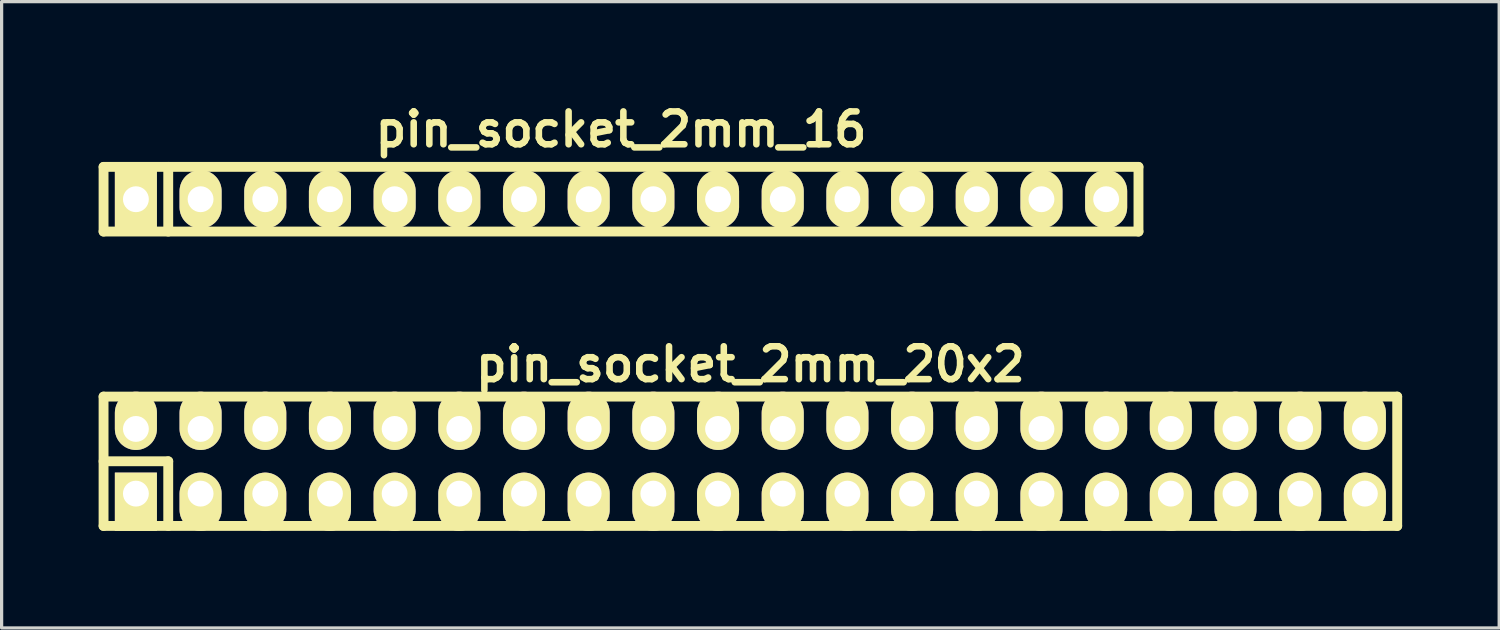
<source format=kicad_pcb>
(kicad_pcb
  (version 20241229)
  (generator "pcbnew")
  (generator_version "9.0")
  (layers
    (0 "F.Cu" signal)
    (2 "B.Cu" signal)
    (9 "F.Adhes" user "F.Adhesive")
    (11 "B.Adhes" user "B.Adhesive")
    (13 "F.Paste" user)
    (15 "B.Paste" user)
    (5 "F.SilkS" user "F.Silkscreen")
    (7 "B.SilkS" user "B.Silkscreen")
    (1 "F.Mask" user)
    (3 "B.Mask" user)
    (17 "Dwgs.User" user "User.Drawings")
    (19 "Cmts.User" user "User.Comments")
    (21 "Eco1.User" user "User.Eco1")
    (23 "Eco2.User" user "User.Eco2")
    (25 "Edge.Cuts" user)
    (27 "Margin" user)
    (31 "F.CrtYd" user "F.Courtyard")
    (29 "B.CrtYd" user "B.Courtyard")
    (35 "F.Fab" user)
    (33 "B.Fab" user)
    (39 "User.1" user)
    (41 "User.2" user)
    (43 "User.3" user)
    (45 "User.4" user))
  (footprint "pin_socket_2mm_20x2"
    (layer "F.Cu")
    (at 20.152 11.213)
    (property "Reference" "pin_socket_2mm_20x2" (at 0 -3 0) (layer "F.SilkS") (effects (font (size 1.016 1.016) (thickness 0.203))))
    (attr through_hole)
    (fp_line (start -20 -2) (end 20 -2) (stroke (width 0.305) (type solid)) (layer "F.SilkS"))
    (fp_line (start -20 0) (end -18 0) (stroke (width 0.305) (type solid)) (layer "F.SilkS"))
    (fp_line (start -20 2) (end -20 -2) (stroke (width 0.305) (type solid)) (layer "F.SilkS"))
    (fp_line (start -18 0) (end -18 2) (stroke (width 0.305) (type solid)) (layer "F.SilkS"))
    (fp_line (start 20 -2) (end 20 2) (stroke (width 0.305) (type solid)) (layer "F.SilkS"))
    (fp_line (start 20 2) (end -20 2) (stroke (width 0.305) (type solid)) (layer "F.SilkS"))
    (pad "1" thru_hole rect (at -19 1) (size 1.3 1.8) (drill 0.8 (offset 0 0.25)) (layers "*.Cu" "*.Mask" "F.SilkS"))
    (pad "2" thru_hole oval (at -19 -1) (size 1.3 1.8) (drill 0.8 (offset 0 -0.25)) (layers "*.Cu" "*.Mask" "F.SilkS"))
    (pad "3" thru_hole oval (at -17 1) (size 1.3 1.8) (drill 0.8 (offset 0 0.25)) (layers "*.Cu" "*.Mask" "F.SilkS"))
    (pad "4" thru_hole oval (at -17 -1) (size 1.3 1.8) (drill 0.8 (offset 0 -0.25)) (layers "*.Cu" "*.Mask" "F.SilkS"))
    (pad "5" thru_hole oval (at -15 1) (size 1.3 1.8) (drill 0.8 (offset 0 0.25)) (layers "*.Cu" "*.Mask" "F.SilkS"))
    (pad "6" thru_hole oval (at -15 -1) (size 1.3 1.8) (drill 0.8 (offset 0 -0.25)) (layers "*.Cu" "*.Mask" "F.SilkS"))
    (pad "7" thru_hole oval (at -13 1) (size 1.3 1.8) (drill 0.8 (offset 0 0.25)) (layers "*.Cu" "*.Mask" "F.SilkS"))
    (pad "8" thru_hole oval (at -13 -1) (size 1.3 1.8) (drill 0.8 (offset 0 -0.25)) (layers "*.Cu" "*.Mask" "F.SilkS"))
    (pad "9" thru_hole oval (at -11 1) (size 1.3 1.8) (drill 0.8 (offset 0 0.25)) (layers "*.Cu" "*.Mask" "F.SilkS"))
    (pad "10" thru_hole oval (at -11 -1) (size 1.3 1.8) (drill 0.8 (offset 0 -0.25)) (layers "*.Cu" "*.Mask" "F.SilkS"))
    (pad "11" thru_hole oval (at -9 1) (size 1.3 1.8) (drill 0.8 (offset 0 0.25)) (layers "*.Cu" "*.Mask" "F.SilkS"))
    (pad "12" thru_hole oval (at -9 -1) (size 1.3 1.8) (drill 0.8 (offset 0 -0.25)) (layers "*.Cu" "*.Mask" "F.SilkS"))
    (pad "13" thru_hole oval (at -7 1) (size 1.3 1.8) (drill 0.8 (offset 0 0.25)) (layers "*.Cu" "*.Mask" "F.SilkS"))
    (pad "14" thru_hole oval (at -7 -1) (size 1.3 1.8) (drill 0.8 (offset 0 -0.25)) (layers "*.Cu" "*.Mask" "F.SilkS"))
    (pad "15" thru_hole oval (at -5 1) (size 1.3 1.8) (drill 0.8 (offset 0 0.25)) (layers "*.Cu" "*.Mask" "F.SilkS"))
    (pad "16" thru_hole oval (at -5 -1) (size 1.3 1.8) (drill 0.8 (offset 0 -0.25)) (layers "*.Cu" "*.Mask" "F.SilkS"))
    (pad "17" thru_hole oval (at -3 1) (size 1.3 1.8) (drill 0.8 (offset 0 0.25)) (layers "*.Cu" "*.Mask" "F.SilkS"))
    (pad "18" thru_hole oval (at -3 -1) (size 1.3 1.8) (drill 0.8 (offset 0 -0.25)) (layers "*.Cu" "*.Mask" "F.SilkS"))
    (pad "19" thru_hole oval (at -1 1) (size 1.3 1.8) (drill 0.8 (offset 0 0.25)) (layers "*.Cu" "*.Mask" "F.SilkS"))
    (pad "20" thru_hole oval (at -1 -1) (size 1.3 1.8) (drill 0.8 (offset 0 -0.25)) (layers "*.Cu" "*.Mask" "F.SilkS"))
    (pad "21" thru_hole oval (at 1 1) (size 1.3 1.8) (drill 0.8 (offset 0 0.25)) (layers "*.Cu" "*.Mask" "F.SilkS"))
    (pad "22" thru_hole oval (at 1 -1) (size 1.3 1.8) (drill 0.8 (offset 0 -0.25)) (layers "*.Cu" "*.Mask" "F.SilkS"))
    (pad "23" thru_hole oval (at 3 1) (size 1.3 1.8) (drill 0.8 (offset 0 0.25)) (layers "*.Cu" "*.Mask" "F.SilkS"))
    (pad "24" thru_hole oval (at 3 -1) (size 1.3 1.8) (drill 0.8 (offset 0 -0.25)) (layers "*.Cu" "*.Mask" "F.SilkS"))
    (pad "25" thru_hole oval (at 5 1) (size 1.3 1.8) (drill 0.8 (offset 0 0.25)) (layers "*.Cu" "*.Mask" "F.SilkS"))
    (pad "26" thru_hole oval (at 5 -1) (size 1.3 1.8) (drill 0.8 (offset 0 -0.25)) (layers "*.Cu" "*.Mask" "F.SilkS"))
    (pad "27" thru_hole oval (at 7 1) (size 1.3 1.8) (drill 0.8 (offset 0 0.25)) (layers "*.Cu" "*.Mask" "F.SilkS"))
    (pad "28" thru_hole oval (at 7 -1) (size 1.3 1.8) (drill 0.8 (offset 0 -0.25)) (layers "*.Cu" "*.Mask" "F.SilkS"))
    (pad "29" thru_hole oval (at 9 1) (size 1.3 1.8) (drill 0.8 (offset 0 0.25)) (layers "*.Cu" "*.Mask" "F.SilkS"))
    (pad "30" thru_hole oval (at 9 -1) (size 1.3 1.8) (drill 0.8 (offset 0 -0.25)) (layers "*.Cu" "*.Mask" "F.SilkS"))
    (pad "31" thru_hole oval (at 11 1) (size 1.3 1.8) (drill 0.8 (offset 0 0.25)) (layers "*.Cu" "*.Mask" "F.SilkS"))
    (pad "32" thru_hole oval (at 11 -1) (size 1.3 1.8) (drill 0.8 (offset 0 -0.25)) (layers "*.Cu" "*.Mask" "F.SilkS"))
    (pad "33" thru_hole oval (at 13 1) (size 1.3 1.8) (drill 0.8 (offset 0 0.25)) (layers "*.Cu" "*.Mask" "F.SilkS"))
    (pad "34" thru_hole oval (at 13 -1) (size 1.3 1.8) (drill 0.8 (offset 0 -0.25)) (layers "*.Cu" "*.Mask" "F.SilkS"))
    (pad "35" thru_hole oval (at 15 1) (size 1.3 1.8) (drill 0.8 (offset 0 0.25)) (layers "*.Cu" "*.Mask" "F.SilkS"))
    (pad "36" thru_hole oval (at 15 -1) (size 1.3 1.8) (drill 0.8 (offset 0 -0.25)) (layers "*.Cu" "*.Mask" "F.SilkS"))
    (pad "37" thru_hole oval (at 17 1) (size 1.3 1.8) (drill 0.8 (offset 0 0.25)) (layers "*.Cu" "*.Mask" "F.SilkS"))
    (pad "38" thru_hole oval (at 17 -1) (size 1.3 1.8) (drill 0.8 (offset 0 -0.25)) (layers "*.Cu" "*.Mask" "F.SilkS"))
    (pad "39" thru_hole oval (at 19 1) (size 1.3 1.8) (drill 0.8 (offset 0 0.25)) (layers "*.Cu" "*.Mask" "F.SilkS"))
    (pad "40" thru_hole oval (at 19 -1) (size 1.3 1.8) (drill 0.8 (offset 0 -0.25)) (layers "*.Cu" "*.Mask" "F.SilkS")))
  (footprint "pin_socket_2mm_16"
    (layer "F.Cu")
    (at 16.152 3.11)
    (property "Reference" "pin_socket_2mm_16" (at 0 -2.159 0) (layer "F.SilkS") (effects (font (size 1.016 1.016) (thickness 0.203))))
    (attr through_hole)
    (fp_line (start -16 -1) (end 16 -1) (stroke (width 0.305) (type solid)) (layer "F.SilkS"))
    (fp_line (start -16 1) (end -16 -1) (stroke (width 0.305) (type solid)) (layer "F.SilkS"))
    (fp_line (start -14 -1) (end -14 1) (stroke (width 0.305) (type solid)) (layer "F.SilkS"))
    (fp_line (start 16 -1) (end 16 1) (stroke (width 0.305) (type solid)) (layer "F.SilkS"))
    (fp_line (start 16 1) (end -16 1) (stroke (width 0.305) (type solid)) (layer "F.SilkS"))
    (pad "1" thru_hole rect (at -15 0) (size 1.3 1.8) (drill 0.8) (layers "*.Cu" "*.Mask" "F.SilkS"))
    (pad "2" thru_hole oval (at -13 0) (size 1.3 1.8) (drill 0.8) (layers "*.Cu" "*.Mask" "F.SilkS"))
    (pad "3" thru_hole oval (at -11 0) (size 1.3 1.8) (drill 0.8) (layers "*.Cu" "*.Mask" "F.SilkS"))
    (pad "4" thru_hole oval (at -9 0) (size 1.3 1.8) (drill 0.8) (layers "*.Cu" "*.Mask" "F.SilkS"))
    (pad "5" thru_hole oval (at -7 0) (size 1.3 1.8) (drill 0.8) (layers "*.Cu" "*.Mask" "F.SilkS"))
    (pad "6" thru_hole oval (at -5 0) (size 1.3 1.8) (drill 0.8) (layers "*.Cu" "*.Mask" "F.SilkS"))
    (pad "7" thru_hole oval (at -3 0) (size 1.3 1.8) (drill 0.8) (layers "*.Cu" "*.Mask" "F.SilkS"))
    (pad "8" thru_hole oval (at -1 0) (size 1.3 1.8) (drill 0.8) (layers "*.Cu" "*.Mask" "F.SilkS"))
    (pad "9" thru_hole oval (at 1 0) (size 1.3 1.8) (drill 0.8) (layers "*.Cu" "*.Mask" "F.SilkS"))
    (pad "10" thru_hole oval (at 3 0) (size 1.3 1.8) (drill 0.8) (layers "*.Cu" "*.Mask" "F.SilkS"))
    (pad "11" thru_hole oval (at 5 0) (size 1.3 1.8) (drill 0.8) (layers "*.Cu" "*.Mask" "F.SilkS"))
    (pad "12" thru_hole oval (at 7 0) (size 1.3 1.8) (drill 0.8) (layers "*.Cu" "*.Mask" "F.SilkS"))
    (pad "13" thru_hole oval (at 9 0) (size 1.3 1.8) (drill 0.8) (layers "*.Cu" "*.Mask" "F.SilkS"))
    (pad "14" thru_hole oval (at 11 0) (size 1.3 1.8) (drill 0.8) (layers "*.Cu" "*.Mask" "F.SilkS"))
    (pad "15" thru_hole oval (at 13 0) (size 1.3 1.8) (drill 0.8) (layers "*.Cu" "*.Mask" "F.SilkS"))
    (pad "16" thru_hole oval (at 15 0) (size 1.3 1.8) (drill 0.8) (layers "*.Cu" "*.Mask" "F.SilkS")))
  (gr_rect
    (start -3 -3)
    (end 43.305 16.366)
    (stroke (width 0.1) (type default))
    (fill no)
    (layer "Edge.Cuts")))
</source>
